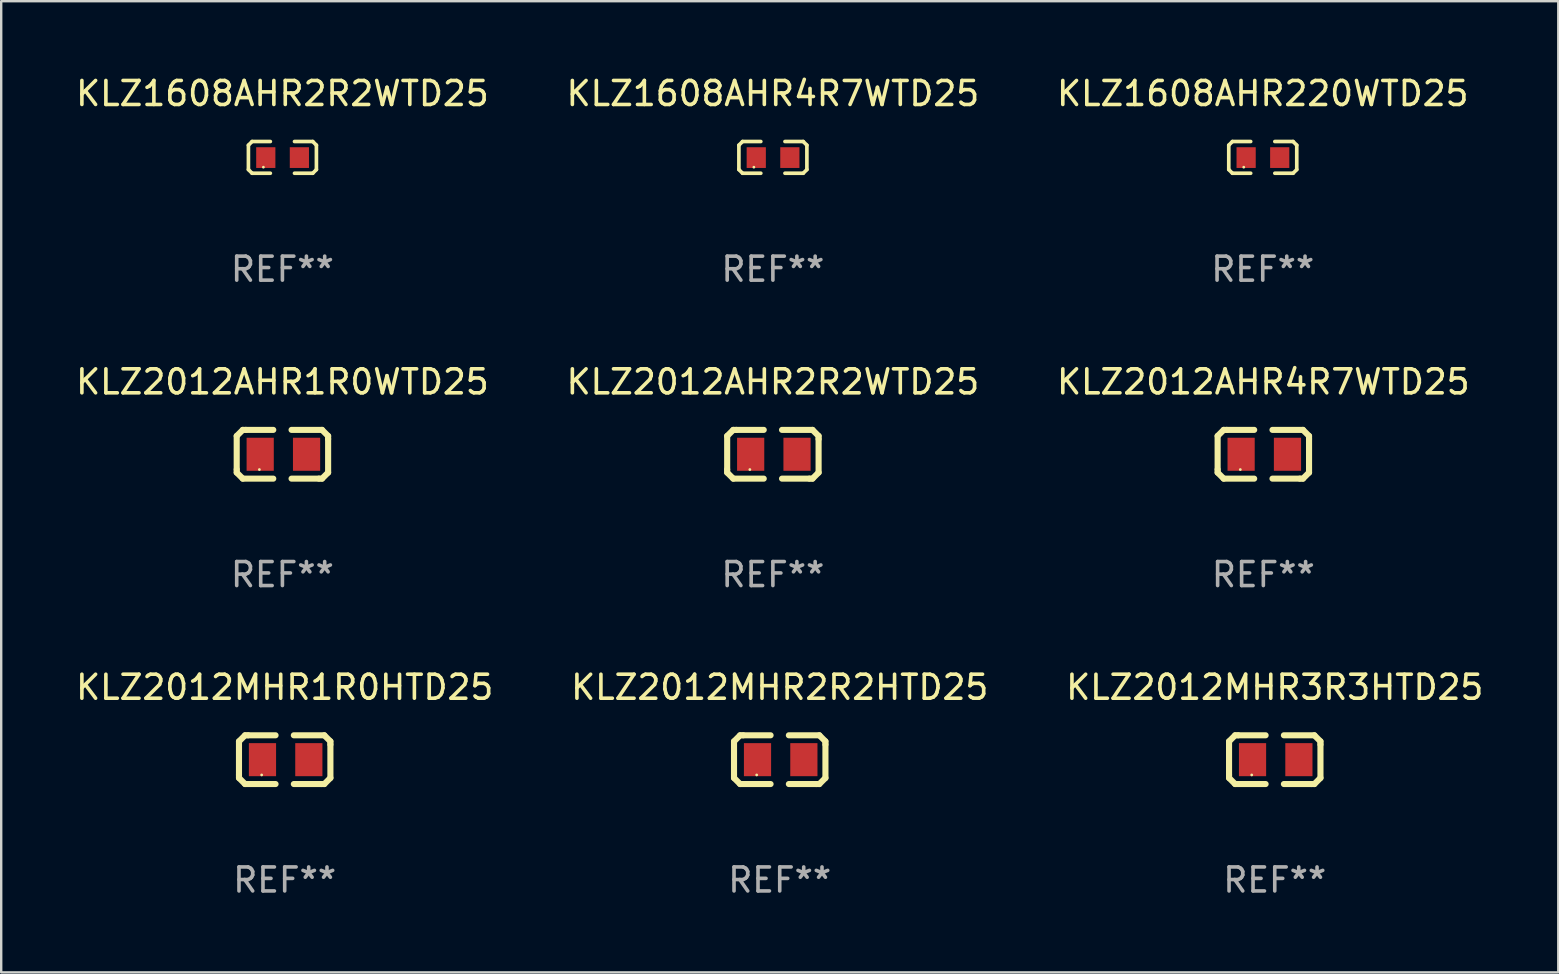
<source format=kicad_pcb>
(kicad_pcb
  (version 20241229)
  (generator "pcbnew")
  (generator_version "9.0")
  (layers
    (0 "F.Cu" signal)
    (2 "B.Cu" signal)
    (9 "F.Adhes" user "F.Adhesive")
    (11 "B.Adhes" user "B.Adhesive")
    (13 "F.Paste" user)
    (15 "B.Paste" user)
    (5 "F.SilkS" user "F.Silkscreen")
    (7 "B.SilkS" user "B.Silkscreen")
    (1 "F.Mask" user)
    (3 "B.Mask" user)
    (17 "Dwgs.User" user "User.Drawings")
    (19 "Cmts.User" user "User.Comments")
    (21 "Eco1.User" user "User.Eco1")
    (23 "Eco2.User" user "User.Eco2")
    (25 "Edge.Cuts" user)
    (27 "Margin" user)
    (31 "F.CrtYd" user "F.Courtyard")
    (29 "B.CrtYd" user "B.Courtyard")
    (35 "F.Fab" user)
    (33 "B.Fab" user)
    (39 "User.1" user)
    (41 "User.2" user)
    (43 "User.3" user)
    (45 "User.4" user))
  (footprint "KLZ2012AHR4R7WTD25"
    (layer "F.Cu")
    (at 49.601 15.882)
    (property "Reference" "KLZ2012AHR4R7WTD25" (at 0 -3.016 0) (layer "F.SilkS") (effects (font (size 1 1) (thickness 0.15))))
    (attr through_hole)
    (fp_line (start -1.905 -0.762) (end -1.905 0.635) (stroke (width 0.254) (type solid)) (layer "F.SilkS"))
    (fp_line (start -1.905 0.635) (end -1.905 0.762) (stroke (width 0.254) (type solid)) (layer "F.SilkS"))
    (fp_line (start -1.905 0.762) (end -1.651 1.016) (stroke (width 0.254) (type solid)) (layer "F.SilkS"))
    (fp_line (start -1.651 -1.016) (end -1.905 -0.762) (stroke (width 0.254) (type solid)) (layer "F.SilkS"))
    (fp_line (start -1.651 1.016) (end -0.381 1.016) (stroke (width 0.254) (type solid)) (layer "F.SilkS"))
    (fp_line (start -1.524 -1.016) (end -1.651 -1.016) (stroke (width 0.254) (type solid)) (layer "F.SilkS"))
    (fp_line (start -0.381 -1.016) (end -1.524 -1.016) (stroke (width 0.254) (type solid)) (layer "F.SilkS"))
    (fp_line (start 0.381 1.016) (end 1.524 1.016) (stroke (width 0.254) (type solid)) (layer "F.SilkS"))
    (fp_line (start 1.524 1.016) (end 1.651 1.016) (stroke (width 0.254) (type solid)) (layer "F.SilkS"))
    (fp_line (start 1.651 -1.016) (end 0.381 -1.016) (stroke (width 0.254) (type solid)) (layer "F.SilkS"))
    (fp_line (start 1.651 1.016) (end 1.905 0.762) (stroke (width 0.254) (type solid)) (layer "F.SilkS"))
    (fp_line (start 1.905 -0.762) (end 1.651 -1.016) (stroke (width 0.254) (type solid)) (layer "F.SilkS"))
    (fp_line (start 1.905 -0.635) (end 1.905 -0.762) (stroke (width 0.254) (type solid)) (layer "F.SilkS"))
    (fp_line (start 1.905 0.762) (end 1.905 -0.635) (stroke (width 0.254) (type solid)) (layer "F.SilkS"))
    (fp_circle (center -0.96 0.637) (end -0.93 0.637) (stroke (width 0.06) (type solid)) (fill no) (layer "F.SilkS"))
    (fp_text user "REF**" (at 0 5.016 0) (layer "F.Fab") (effects (font (size 1 1) (thickness 0.15))))
    (pad "1" smd rect (at -0.926 -0.000051) (size 1.133 1.377) (layers "F.Cu" "F.Mask" "F.Paste"))
    (pad "2" smd rect (at 1.006 -0.000051) (size 1.133 1.377) (layers "F.Cu" "F.Mask" "F.Paste")))
  (footprint "KLZ1608AHR4R7WTD25"
    (layer "F.Cu")
    (at 29.161 3.509)
    (property "Reference" "KLZ1608AHR4R7WTD25" (at 0 -2.661 0) (layer "F.SilkS") (effects (font (size 1 1) (thickness 0.15))))
    (attr through_hole)
    (fp_line (start -1.417 -0.508) (end -1.265 -0.661) (stroke (width 0.152) (type solid)) (layer "F.SilkS"))
    (fp_line (start -1.417 0.508) (end -1.417 -0.508) (stroke (width 0.152) (type solid)) (layer "F.SilkS"))
    (fp_line (start -1.265 -0.661) (end -0.503 -0.661) (stroke (width 0.152) (type solid)) (layer "F.SilkS"))
    (fp_line (start -1.265 0.661) (end -1.417 0.508) (stroke (width 0.152) (type solid)) (layer "F.SilkS"))
    (fp_line (start -1.265 0.661) (end -0.503 0.661) (stroke (width 0.152) (type solid)) (layer "F.SilkS"))
    (fp_line (start 1.265 -0.661) (end 0.503 -0.661) (stroke (width 0.152) (type solid)) (layer "F.SilkS"))
    (fp_line (start 1.265 -0.661) (end 1.417 -0.508) (stroke (width 0.152) (type solid)) (layer "F.SilkS"))
    (fp_line (start 1.265 0.661) (end 0.503 0.661) (stroke (width 0.152) (type solid)) (layer "F.SilkS"))
    (fp_line (start 1.417 -0.508) (end 1.417 0.508) (stroke (width 0.152) (type solid)) (layer "F.SilkS"))
    (fp_line (start 1.417 0.508) (end 1.265 0.661) (stroke (width 0.152) (type solid)) (layer "F.SilkS"))
    (fp_circle (center -0.793 0.409) (end -0.763 0.409) (stroke (width 0.06) (type solid)) (fill no) (layer "F.SilkS"))
    (fp_text user "REF**" (at 0 4.661 0) (layer "F.Fab") (effects (font (size 1 1) (thickness 0.15))))
    (pad "1" smd rect (at -0.693 0.009 180) (size 0.8 0.864) (layers "F.Cu" "F.Mask" "F.Paste"))
    (pad "2" smd rect (at 0.707 0.009 180) (size 0.8 0.864) (layers "F.Cu" "F.Mask" "F.Paste")))
  (footprint "KLZ2012MHR1R0HTD25"
    (layer "F.Cu")
    (at 8.815 28.61)
    (property "Reference" "KLZ2012MHR1R0HTD25" (at 0 -3.016 0) (layer "F.SilkS") (effects (font (size 1 1) (thickness 0.15))))
    (attr through_hole)
    (fp_line (start -1.905 -0.762) (end -1.905 0.635) (stroke (width 0.254) (type solid)) (layer "F.SilkS"))
    (fp_line (start -1.905 0.635) (end -1.905 0.762) (stroke (width 0.254) (type solid)) (layer "F.SilkS"))
    (fp_line (start -1.905 0.762) (end -1.651 1.016) (stroke (width 0.254) (type solid)) (layer "F.SilkS"))
    (fp_line (start -1.651 -1.016) (end -1.905 -0.762) (stroke (width 0.254) (type solid)) (layer "F.SilkS"))
    (fp_line (start -1.651 1.016) (end -0.381 1.016) (stroke (width 0.254) (type solid)) (layer "F.SilkS"))
    (fp_line (start -1.524 -1.016) (end -1.651 -1.016) (stroke (width 0.254) (type solid)) (layer "F.SilkS"))
    (fp_line (start -0.381 -1.016) (end -1.524 -1.016) (stroke (width 0.254) (type solid)) (layer "F.SilkS"))
    (fp_line (start 0.381 1.016) (end 1.524 1.016) (stroke (width 0.254) (type solid)) (layer "F.SilkS"))
    (fp_line (start 1.524 1.016) (end 1.651 1.016) (stroke (width 0.254) (type solid)) (layer "F.SilkS"))
    (fp_line (start 1.651 -1.016) (end 0.381 -1.016) (stroke (width 0.254) (type solid)) (layer "F.SilkS"))
    (fp_line (start 1.651 1.016) (end 1.905 0.762) (stroke (width 0.254) (type solid)) (layer "F.SilkS"))
    (fp_line (start 1.905 -0.762) (end 1.651 -1.016) (stroke (width 0.254) (type solid)) (layer "F.SilkS"))
    (fp_line (start 1.905 -0.635) (end 1.905 -0.762) (stroke (width 0.254) (type solid)) (layer "F.SilkS"))
    (fp_line (start 1.905 0.762) (end 1.905 -0.635) (stroke (width 0.254) (type solid)) (layer "F.SilkS"))
    (fp_circle (center -0.96 0.637) (end -0.93 0.637) (stroke (width 0.06) (type solid)) (fill no) (layer "F.SilkS"))
    (fp_text user "REF**" (at 0 5.016 0) (layer "F.Fab") (effects (font (size 1 1) (thickness 0.15))))
    (pad "1" smd rect (at -0.926 -0.000051) (size 1.133 1.377) (layers "F.Cu" "F.Mask" "F.Paste"))
    (pad "2" smd rect (at 1.006 -0.000051) (size 1.133 1.377) (layers "F.Cu" "F.Mask" "F.Paste")))
  (footprint "KLZ1608AHR220WTD25"
    (layer "F.Cu")
    (at 49.577 3.509)
    (property "Reference" "KLZ1608AHR220WTD25" (at 0 -2.661 0) (layer "F.SilkS") (effects (font (size 1 1) (thickness 0.15))))
    (attr through_hole)
    (fp_line (start -1.417 -0.508) (end -1.265 -0.661) (stroke (width 0.152) (type solid)) (layer "F.SilkS"))
    (fp_line (start -1.417 0.508) (end -1.417 -0.508) (stroke (width 0.152) (type solid)) (layer "F.SilkS"))
    (fp_line (start -1.265 -0.661) (end -0.503 -0.661) (stroke (width 0.152) (type solid)) (layer "F.SilkS"))
    (fp_line (start -1.265 0.661) (end -1.417 0.508) (stroke (width 0.152) (type solid)) (layer "F.SilkS"))
    (fp_line (start -1.265 0.661) (end -0.503 0.661) (stroke (width 0.152) (type solid)) (layer "F.SilkS"))
    (fp_line (start 1.265 -0.661) (end 0.503 -0.661) (stroke (width 0.152) (type solid)) (layer "F.SilkS"))
    (fp_line (start 1.265 -0.661) (end 1.417 -0.508) (stroke (width 0.152) (type solid)) (layer "F.SilkS"))
    (fp_line (start 1.265 0.661) (end 0.503 0.661) (stroke (width 0.152) (type solid)) (layer "F.SilkS"))
    (fp_line (start 1.417 -0.508) (end 1.417 0.508) (stroke (width 0.152) (type solid)) (layer "F.SilkS"))
    (fp_line (start 1.417 0.508) (end 1.265 0.661) (stroke (width 0.152) (type solid)) (layer "F.SilkS"))
    (fp_circle (center -0.793 0.409) (end -0.763 0.409) (stroke (width 0.06) (type solid)) (fill no) (layer "F.SilkS"))
    (fp_text user "REF**" (at 0 4.661 0) (layer "F.Fab") (effects (font (size 1 1) (thickness 0.15))))
    (pad "1" smd rect (at -0.693 0.009 180) (size 0.8 0.864) (layers "F.Cu" "F.Mask" "F.Paste"))
    (pad "2" smd rect (at 0.707 0.009 180) (size 0.8 0.864) (layers "F.Cu" "F.Mask" "F.Paste")))
  (footprint "KLZ2012AHR1R0WTD25"
    (layer "F.Cu")
    (at 8.72 15.882)
    (property "Reference" "KLZ2012AHR1R0WTD25" (at 0 -3.016 0) (layer "F.SilkS") (effects (font (size 1 1) (thickness 0.15))))
    (attr through_hole)
    (fp_line (start -1.905 -0.762) (end -1.905 0.635) (stroke (width 0.254) (type solid)) (layer "F.SilkS"))
    (fp_line (start -1.905 0.635) (end -1.905 0.762) (stroke (width 0.254) (type solid)) (layer "F.SilkS"))
    (fp_line (start -1.905 0.762) (end -1.651 1.016) (stroke (width 0.254) (type solid)) (layer "F.SilkS"))
    (fp_line (start -1.651 -1.016) (end -1.905 -0.762) (stroke (width 0.254) (type solid)) (layer "F.SilkS"))
    (fp_line (start -1.651 1.016) (end -0.381 1.016) (stroke (width 0.254) (type solid)) (layer "F.SilkS"))
    (fp_line (start -1.524 -1.016) (end -1.651 -1.016) (stroke (width 0.254) (type solid)) (layer "F.SilkS"))
    (fp_line (start -0.381 -1.016) (end -1.524 -1.016) (stroke (width 0.254) (type solid)) (layer "F.SilkS"))
    (fp_line (start 0.381 1.016) (end 1.524 1.016) (stroke (width 0.254) (type solid)) (layer "F.SilkS"))
    (fp_line (start 1.524 1.016) (end 1.651 1.016) (stroke (width 0.254) (type solid)) (layer "F.SilkS"))
    (fp_line (start 1.651 -1.016) (end 0.381 -1.016) (stroke (width 0.254) (type solid)) (layer "F.SilkS"))
    (fp_line (start 1.651 1.016) (end 1.905 0.762) (stroke (width 0.254) (type solid)) (layer "F.SilkS"))
    (fp_line (start 1.905 -0.762) (end 1.651 -1.016) (stroke (width 0.254) (type solid)) (layer "F.SilkS"))
    (fp_line (start 1.905 -0.635) (end 1.905 -0.762) (stroke (width 0.254) (type solid)) (layer "F.SilkS"))
    (fp_line (start 1.905 0.762) (end 1.905 -0.635) (stroke (width 0.254) (type solid)) (layer "F.SilkS"))
    (fp_circle (center -0.96 0.637) (end -0.93 0.637) (stroke (width 0.06) (type solid)) (fill no) (layer "F.SilkS"))
    (fp_text user "REF**" (at 0 5.016 0) (layer "F.Fab") (effects (font (size 1 1) (thickness 0.15))))
    (pad "1" smd rect (at -0.926 -0.000051) (size 1.133 1.377) (layers "F.Cu" "F.Mask" "F.Paste"))
    (pad "2" smd rect (at 1.006 -0.000051) (size 1.133 1.377) (layers "F.Cu" "F.Mask" "F.Paste")))
  (footprint "KLZ1608AHR2R2WTD25"
    (layer "F.Cu")
    (at 8.72 3.509)
    (property "Reference" "KLZ1608AHR2R2WTD25" (at 0 -2.661 0) (layer "F.SilkS") (effects (font (size 1 1) (thickness 0.15))))
    (attr through_hole)
    (fp_line (start -1.417 -0.508) (end -1.265 -0.661) (stroke (width 0.152) (type solid)) (layer "F.SilkS"))
    (fp_line (start -1.417 0.508) (end -1.417 -0.508) (stroke (width 0.152) (type solid)) (layer "F.SilkS"))
    (fp_line (start -1.265 -0.661) (end -0.503 -0.661) (stroke (width 0.152) (type solid)) (layer "F.SilkS"))
    (fp_line (start -1.265 0.661) (end -1.417 0.508) (stroke (width 0.152) (type solid)) (layer "F.SilkS"))
    (fp_line (start -1.265 0.661) (end -0.503 0.661) (stroke (width 0.152) (type solid)) (layer "F.SilkS"))
    (fp_line (start 1.265 -0.661) (end 0.503 -0.661) (stroke (width 0.152) (type solid)) (layer "F.SilkS"))
    (fp_line (start 1.265 -0.661) (end 1.417 -0.508) (stroke (width 0.152) (type solid)) (layer "F.SilkS"))
    (fp_line (start 1.265 0.661) (end 0.503 0.661) (stroke (width 0.152) (type solid)) (layer "F.SilkS"))
    (fp_line (start 1.417 -0.508) (end 1.417 0.508) (stroke (width 0.152) (type solid)) (layer "F.SilkS"))
    (fp_line (start 1.417 0.508) (end 1.265 0.661) (stroke (width 0.152) (type solid)) (layer "F.SilkS"))
    (fp_circle (center -0.793 0.409) (end -0.763 0.409) (stroke (width 0.06) (type solid)) (fill no) (layer "F.SilkS"))
    (fp_text user "REF**" (at 0 4.661 0) (layer "F.Fab") (effects (font (size 1 1) (thickness 0.15))))
    (pad "1" smd rect (at -0.693 0.009 180) (size 0.8 0.864) (layers "F.Cu" "F.Mask" "F.Paste"))
    (pad "2" smd rect (at 0.707 0.009 180) (size 0.8 0.864) (layers "F.Cu" "F.Mask" "F.Paste")))
  (footprint "KLZ2012AHR2R2WTD25"
    (layer "F.Cu")
    (at 29.161 15.882)
    (property "Reference" "KLZ2012AHR2R2WTD25" (at 0 -3.016 0) (layer "F.SilkS") (effects (font (size 1 1) (thickness 0.15))))
    (attr through_hole)
    (fp_line (start -1.905 -0.762) (end -1.905 0.635) (stroke (width 0.254) (type solid)) (layer "F.SilkS"))
    (fp_line (start -1.905 0.635) (end -1.905 0.762) (stroke (width 0.254) (type solid)) (layer "F.SilkS"))
    (fp_line (start -1.905 0.762) (end -1.651 1.016) (stroke (width 0.254) (type solid)) (layer "F.SilkS"))
    (fp_line (start -1.651 -1.016) (end -1.905 -0.762) (stroke (width 0.254) (type solid)) (layer "F.SilkS"))
    (fp_line (start -1.651 1.016) (end -0.381 1.016) (stroke (width 0.254) (type solid)) (layer "F.SilkS"))
    (fp_line (start -1.524 -1.016) (end -1.651 -1.016) (stroke (width 0.254) (type solid)) (layer "F.SilkS"))
    (fp_line (start -0.381 -1.016) (end -1.524 -1.016) (stroke (width 0.254) (type solid)) (layer "F.SilkS"))
    (fp_line (start 0.381 1.016) (end 1.524 1.016) (stroke (width 0.254) (type solid)) (layer "F.SilkS"))
    (fp_line (start 1.524 1.016) (end 1.651 1.016) (stroke (width 0.254) (type solid)) (layer "F.SilkS"))
    (fp_line (start 1.651 -1.016) (end 0.381 -1.016) (stroke (width 0.254) (type solid)) (layer "F.SilkS"))
    (fp_line (start 1.651 1.016) (end 1.905 0.762) (stroke (width 0.254) (type solid)) (layer "F.SilkS"))
    (fp_line (start 1.905 -0.762) (end 1.651 -1.016) (stroke (width 0.254) (type solid)) (layer "F.SilkS"))
    (fp_line (start 1.905 -0.635) (end 1.905 -0.762) (stroke (width 0.254) (type solid)) (layer "F.SilkS"))
    (fp_line (start 1.905 0.762) (end 1.905 -0.635) (stroke (width 0.254) (type solid)) (layer "F.SilkS"))
    (fp_circle (center -0.96 0.637) (end -0.93 0.637) (stroke (width 0.06) (type solid)) (fill no) (layer "F.SilkS"))
    (fp_text user "REF**" (at 0 5.016 0) (layer "F.Fab") (effects (font (size 1 1) (thickness 0.15))))
    (pad "1" smd rect (at -0.926 -0.000051) (size 1.133 1.377) (layers "F.Cu" "F.Mask" "F.Paste"))
    (pad "2" smd rect (at 1.006 -0.000051) (size 1.133 1.377) (layers "F.Cu" "F.Mask" "F.Paste")))
  (footprint "KLZ2012MHR2R2HTD25"
    (layer "F.Cu")
    (at 29.446 28.61)
    (property "Reference" "KLZ2012MHR2R2HTD25" (at 0 -3.016 0) (layer "F.SilkS") (effects (font (size 1 1) (thickness 0.15))))
    (attr through_hole)
    (fp_line (start -1.905 -0.762) (end -1.905 0.635) (stroke (width 0.254) (type solid)) (layer "F.SilkS"))
    (fp_line (start -1.905 0.635) (end -1.905 0.762) (stroke (width 0.254) (type solid)) (layer "F.SilkS"))
    (fp_line (start -1.905 0.762) (end -1.651 1.016) (stroke (width 0.254) (type solid)) (layer "F.SilkS"))
    (fp_line (start -1.651 -1.016) (end -1.905 -0.762) (stroke (width 0.254) (type solid)) (layer "F.SilkS"))
    (fp_line (start -1.651 1.016) (end -0.381 1.016) (stroke (width 0.254) (type solid)) (layer "F.SilkS"))
    (fp_line (start -1.524 -1.016) (end -1.651 -1.016) (stroke (width 0.254) (type solid)) (layer "F.SilkS"))
    (fp_line (start -0.381 -1.016) (end -1.524 -1.016) (stroke (width 0.254) (type solid)) (layer "F.SilkS"))
    (fp_line (start 0.381 1.016) (end 1.524 1.016) (stroke (width 0.254) (type solid)) (layer "F.SilkS"))
    (fp_line (start 1.524 1.016) (end 1.651 1.016) (stroke (width 0.254) (type solid)) (layer "F.SilkS"))
    (fp_line (start 1.651 -1.016) (end 0.381 -1.016) (stroke (width 0.254) (type solid)) (layer "F.SilkS"))
    (fp_line (start 1.651 1.016) (end 1.905 0.762) (stroke (width 0.254) (type solid)) (layer "F.SilkS"))
    (fp_line (start 1.905 -0.762) (end 1.651 -1.016) (stroke (width 0.254) (type solid)) (layer "F.SilkS"))
    (fp_line (start 1.905 -0.635) (end 1.905 -0.762) (stroke (width 0.254) (type solid)) (layer "F.SilkS"))
    (fp_line (start 1.905 0.762) (end 1.905 -0.635) (stroke (width 0.254) (type solid)) (layer "F.SilkS"))
    (fp_circle (center -0.96 0.637) (end -0.93 0.637) (stroke (width 0.06) (type solid)) (fill no) (layer "F.SilkS"))
    (fp_text user "REF**" (at 0 5.016 0) (layer "F.Fab") (effects (font (size 1 1) (thickness 0.15))))
    (pad "1" smd rect (at -0.926 -0.000051) (size 1.133 1.377) (layers "F.Cu" "F.Mask" "F.Paste"))
    (pad "2" smd rect (at 1.006 -0.000051) (size 1.133 1.377) (layers "F.Cu" "F.Mask" "F.Paste")))
  (footprint "KLZ2012MHR3R3HTD25"
    (layer "F.Cu")
    (at 50.077 28.61)
    (property "Reference" "KLZ2012MHR3R3HTD25" (at 0 -3.016 0) (layer "F.SilkS") (effects (font (size 1 1) (thickness 0.15))))
    (attr through_hole)
    (fp_line (start -1.905 -0.762) (end -1.905 0.635) (stroke (width 0.254) (type solid)) (layer "F.SilkS"))
    (fp_line (start -1.905 0.635) (end -1.905 0.762) (stroke (width 0.254) (type solid)) (layer "F.SilkS"))
    (fp_line (start -1.905 0.762) (end -1.651 1.016) (stroke (width 0.254) (type solid)) (layer "F.SilkS"))
    (fp_line (start -1.651 -1.016) (end -1.905 -0.762) (stroke (width 0.254) (type solid)) (layer "F.SilkS"))
    (fp_line (start -1.651 1.016) (end -0.381 1.016) (stroke (width 0.254) (type solid)) (layer "F.SilkS"))
    (fp_line (start -1.524 -1.016) (end -1.651 -1.016) (stroke (width 0.254) (type solid)) (layer "F.SilkS"))
    (fp_line (start -0.381 -1.016) (end -1.524 -1.016) (stroke (width 0.254) (type solid)) (layer "F.SilkS"))
    (fp_line (start 0.381 1.016) (end 1.524 1.016) (stroke (width 0.254) (type solid)) (layer "F.SilkS"))
    (fp_line (start 1.524 1.016) (end 1.651 1.016) (stroke (width 0.254) (type solid)) (layer "F.SilkS"))
    (fp_line (start 1.651 -1.016) (end 0.381 -1.016) (stroke (width 0.254) (type solid)) (layer "F.SilkS"))
    (fp_line (start 1.651 1.016) (end 1.905 0.762) (stroke (width 0.254) (type solid)) (layer "F.SilkS"))
    (fp_line (start 1.905 -0.762) (end 1.651 -1.016) (stroke (width 0.254) (type solid)) (layer "F.SilkS"))
    (fp_line (start 1.905 -0.635) (end 1.905 -0.762) (stroke (width 0.254) (type solid)) (layer "F.SilkS"))
    (fp_line (start 1.905 0.762) (end 1.905 -0.635) (stroke (width 0.254) (type solid)) (layer "F.SilkS"))
    (fp_circle (center -0.96 0.637) (end -0.93 0.637) (stroke (width 0.06) (type solid)) (fill no) (layer "F.SilkS"))
    (fp_text user "REF**" (at 0 5.016 0) (layer "F.Fab") (effects (font (size 1 1) (thickness 0.15))))
    (pad "1" smd rect (at -0.926 -0.000051) (size 1.133 1.377) (layers "F.Cu" "F.Mask" "F.Paste"))
    (pad "2" smd rect (at 1.006 -0.000051) (size 1.133 1.377) (layers "F.Cu" "F.Mask" "F.Paste")))
  (gr_rect
    (start -3 -3)
    (end 61.893 37.475)
    (stroke (width 0.1) (type default))
    (fill no)
    (layer "Edge.Cuts")))
</source>
